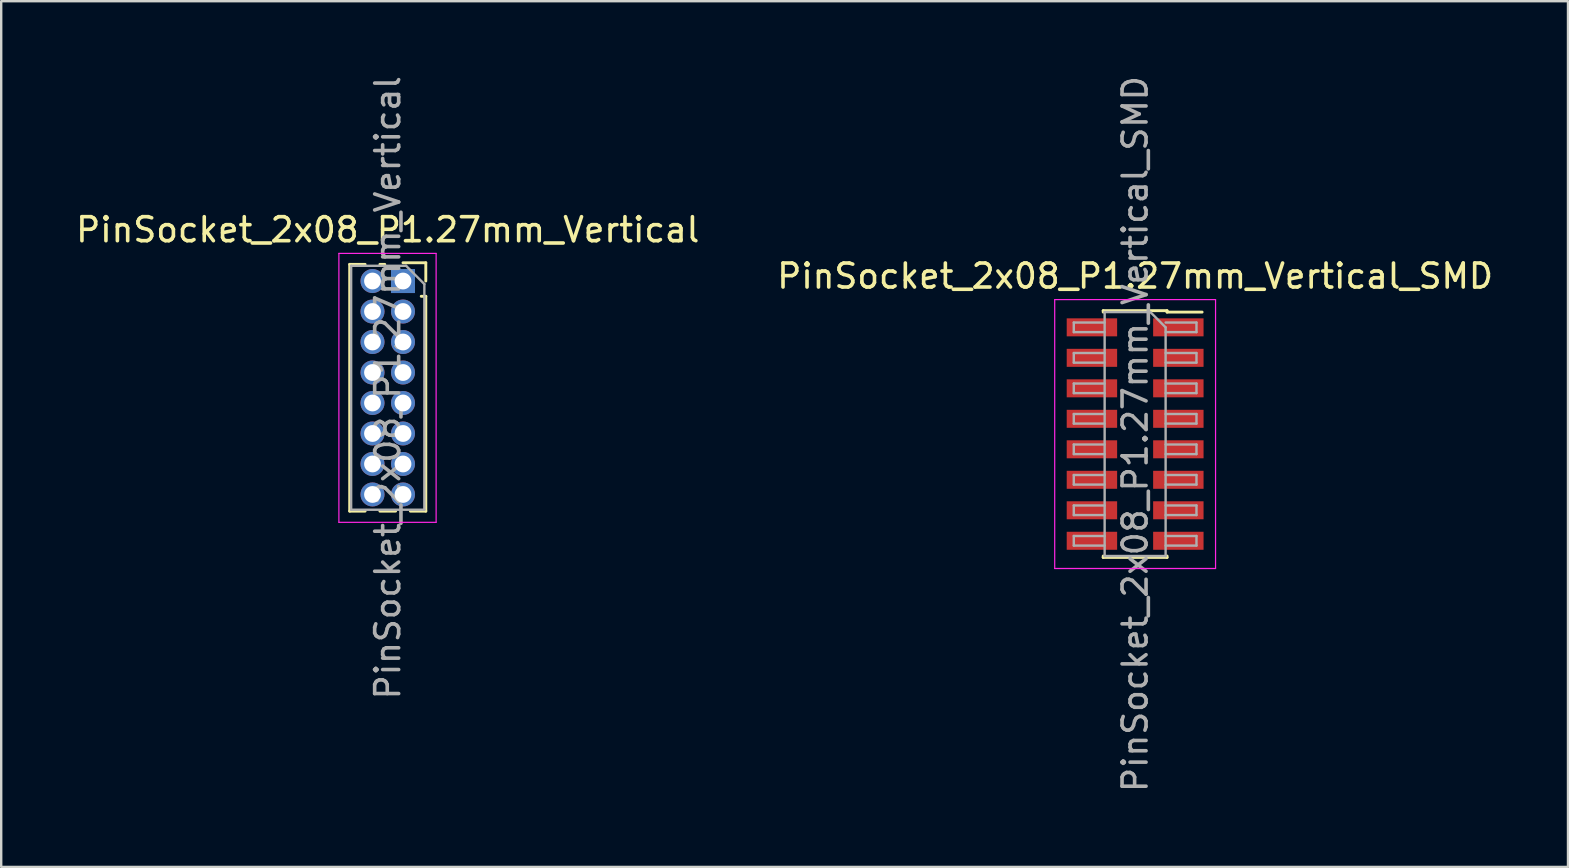
<source format=kicad_pcb>
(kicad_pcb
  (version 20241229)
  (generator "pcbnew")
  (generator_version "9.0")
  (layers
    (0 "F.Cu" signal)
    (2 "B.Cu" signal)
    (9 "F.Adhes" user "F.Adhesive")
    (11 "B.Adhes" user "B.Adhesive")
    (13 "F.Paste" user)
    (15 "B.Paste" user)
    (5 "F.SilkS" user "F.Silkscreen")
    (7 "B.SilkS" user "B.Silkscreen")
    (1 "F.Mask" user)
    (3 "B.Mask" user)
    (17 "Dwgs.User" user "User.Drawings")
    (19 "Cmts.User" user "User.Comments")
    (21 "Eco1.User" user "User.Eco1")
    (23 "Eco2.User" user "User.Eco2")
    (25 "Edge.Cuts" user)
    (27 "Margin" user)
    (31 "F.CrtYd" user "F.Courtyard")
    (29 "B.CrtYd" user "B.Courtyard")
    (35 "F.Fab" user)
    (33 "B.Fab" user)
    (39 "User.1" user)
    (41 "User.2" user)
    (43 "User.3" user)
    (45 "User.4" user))
  (footprint "PinSocket_2x08_P1.27mm_Vertical_SMD"
    (layer "F.Cu")
    (at 44.232 15.03)
    (property "Reference" "PinSocket_2x08_P1.27mm_Vertical_SMD" (at 0 -6.58 0) (layer "F.SilkS") (effects (font (size 1 1) (thickness 0.15))))
    (attr smd)
    (fp_line (start -1.33 -5.14) (end -1.33 -5.08) (stroke (width 0.12) (type solid)) (layer "F.SilkS"))
    (fp_line (start -1.33 -5.14) (end 1.33 -5.14) (stroke (width 0.12) (type solid)) (layer "F.SilkS"))
    (fp_line (start -1.33 5.08) (end -1.33 5.14) (stroke (width 0.12) (type solid)) (layer "F.SilkS"))
    (fp_line (start -1.33 5.14) (end 1.33 5.14) (stroke (width 0.12) (type solid)) (layer "F.SilkS"))
    (fp_line (start 1.33 -5.14) (end 1.33 -5.08) (stroke (width 0.12) (type solid)) (layer "F.SilkS"))
    (fp_line (start 1.33 -5.08) (end 2.79 -5.08) (stroke (width 0.12) (type solid)) (layer "F.SilkS"))
    (fp_line (start 1.33 5.08) (end 1.33 5.14) (stroke (width 0.12) (type solid)) (layer "F.SilkS"))
    (fp_line (start -3.35 -5.6) (end 3.35 -5.6) (stroke (width 0.05) (type solid)) (layer "F.CrtYd"))
    (fp_line (start -3.35 5.6) (end -3.35 -5.6) (stroke (width 0.05) (type solid)) (layer "F.CrtYd"))
    (fp_line (start 3.35 -5.6) (end 3.35 5.6) (stroke (width 0.05) (type solid)) (layer "F.CrtYd"))
    (fp_line (start 3.35 5.6) (end -3.35 5.6) (stroke (width 0.05) (type solid)) (layer "F.CrtYd"))
    (fp_line (start -2.555 -4.645) (end -1.27 -4.645) (stroke (width 0.1) (type solid)) (layer "F.Fab"))
    (fp_line (start -2.555 -4.245) (end -2.555 -4.645) (stroke (width 0.1) (type solid)) (layer "F.Fab"))
    (fp_line (start -2.555 -3.375) (end -1.27 -3.375) (stroke (width 0.1) (type solid)) (layer "F.Fab"))
    (fp_line (start -2.555 -2.975) (end -2.555 -3.375) (stroke (width 0.1) (type solid)) (layer "F.Fab"))
    (fp_line (start -2.555 -2.105) (end -1.27 -2.105) (stroke (width 0.1) (type solid)) (layer "F.Fab"))
    (fp_line (start -2.555 -1.705) (end -2.555 -2.105) (stroke (width 0.1) (type solid)) (layer "F.Fab"))
    (fp_line (start -2.555 -0.835) (end -1.27 -0.835) (stroke (width 0.1) (type solid)) (layer "F.Fab"))
    (fp_line (start -2.555 -0.435) (end -2.555 -0.835) (stroke (width 0.1) (type solid)) (layer "F.Fab"))
    (fp_line (start -2.555 0.435) (end -1.27 0.435) (stroke (width 0.1) (type solid)) (layer "F.Fab"))
    (fp_line (start -2.555 0.835) (end -2.555 0.435) (stroke (width 0.1) (type solid)) (layer "F.Fab"))
    (fp_line (start -2.555 1.705) (end -1.27 1.705) (stroke (width 0.1) (type solid)) (layer "F.Fab"))
    (fp_line (start -2.555 2.105) (end -2.555 1.705) (stroke (width 0.1) (type solid)) (layer "F.Fab"))
    (fp_line (start -2.555 2.975) (end -1.27 2.975) (stroke (width 0.1) (type solid)) (layer "F.Fab"))
    (fp_line (start -2.555 3.375) (end -2.555 2.975) (stroke (width 0.1) (type solid)) (layer "F.Fab"))
    (fp_line (start -2.555 4.245) (end -1.27 4.245) (stroke (width 0.1) (type solid)) (layer "F.Fab"))
    (fp_line (start -2.555 4.645) (end -2.555 4.245) (stroke (width 0.1) (type solid)) (layer "F.Fab"))
    (fp_line (start -1.27 -5.08) (end 0.635 -5.08) (stroke (width 0.1) (type solid)) (layer "F.Fab"))
    (fp_line (start -1.27 -4.245) (end -2.555 -4.245) (stroke (width 0.1) (type solid)) (layer "F.Fab"))
    (fp_line (start -1.27 -2.975) (end -2.555 -2.975) (stroke (width 0.1) (type solid)) (layer "F.Fab"))
    (fp_line (start -1.27 -1.705) (end -2.555 -1.705) (stroke (width 0.1) (type solid)) (layer "F.Fab"))
    (fp_line (start -1.27 -0.435) (end -2.555 -0.435) (stroke (width 0.1) (type solid)) (layer "F.Fab"))
    (fp_line (start -1.27 0.835) (end -2.555 0.835) (stroke (width 0.1) (type solid)) (layer "F.Fab"))
    (fp_line (start -1.27 2.105) (end -2.555 2.105) (stroke (width 0.1) (type solid)) (layer "F.Fab"))
    (fp_line (start -1.27 3.375) (end -2.555 3.375) (stroke (width 0.1) (type solid)) (layer "F.Fab"))
    (fp_line (start -1.27 4.645) (end -2.555 4.645) (stroke (width 0.1) (type solid)) (layer "F.Fab"))
    (fp_line (start -1.27 5.08) (end -1.27 -5.08) (stroke (width 0.1) (type solid)) (layer "F.Fab"))
    (fp_line (start 0.635 -5.08) (end 1.27 -4.445) (stroke (width 0.1) (type solid)) (layer "F.Fab"))
    (fp_line (start 1.27 -4.645) (end 2.555 -4.645) (stroke (width 0.1) (type solid)) (layer "F.Fab"))
    (fp_line (start 1.27 -4.445) (end 1.27 5.08) (stroke (width 0.1) (type solid)) (layer "F.Fab"))
    (fp_line (start 1.27 -3.375) (end 2.555 -3.375) (stroke (width 0.1) (type solid)) (layer "F.Fab"))
    (fp_line (start 1.27 -2.105) (end 2.555 -2.105) (stroke (width 0.1) (type solid)) (layer "F.Fab"))
    (fp_line (start 1.27 -0.835) (end 2.555 -0.835) (stroke (width 0.1) (type solid)) (layer "F.Fab"))
    (fp_line (start 1.27 0.435) (end 2.555 0.435) (stroke (width 0.1) (type solid)) (layer "F.Fab"))
    (fp_line (start 1.27 1.705) (end 2.555 1.705) (stroke (width 0.1) (type solid)) (layer "F.Fab"))
    (fp_line (start 1.27 2.975) (end 2.555 2.975) (stroke (width 0.1) (type solid)) (layer "F.Fab"))
    (fp_line (start 1.27 4.245) (end 2.555 4.245) (stroke (width 0.1) (type solid)) (layer "F.Fab"))
    (fp_line (start 1.27 5.08) (end -1.27 5.08) (stroke (width 0.1) (type solid)) (layer "F.Fab"))
    (fp_line (start 2.555 -4.645) (end 2.555 -4.245) (stroke (width 0.1) (type solid)) (layer "F.Fab"))
    (fp_line (start 2.555 -4.245) (end 1.27 -4.245) (stroke (width 0.1) (type solid)) (layer "F.Fab"))
    (fp_line (start 2.555 -3.375) (end 2.555 -2.975) (stroke (width 0.1) (type solid)) (layer "F.Fab"))
    (fp_line (start 2.555 -2.975) (end 1.27 -2.975) (stroke (width 0.1) (type solid)) (layer "F.Fab"))
    (fp_line (start 2.555 -2.105) (end 2.555 -1.705) (stroke (width 0.1) (type solid)) (layer "F.Fab"))
    (fp_line (start 2.555 -1.705) (end 1.27 -1.705) (stroke (width 0.1) (type solid)) (layer "F.Fab"))
    (fp_line (start 2.555 -0.835) (end 2.555 -0.435) (stroke (width 0.1) (type solid)) (layer "F.Fab"))
    (fp_line (start 2.555 -0.435) (end 1.27 -0.435) (stroke (width 0.1) (type solid)) (layer "F.Fab"))
    (fp_line (start 2.555 0.435) (end 2.555 0.835) (stroke (width 0.1) (type solid)) (layer "F.Fab"))
    (fp_line (start 2.555 0.835) (end 1.27 0.835) (stroke (width 0.1) (type solid)) (layer "F.Fab"))
    (fp_line (start 2.555 1.705) (end 2.555 2.105) (stroke (width 0.1) (type solid)) (layer "F.Fab"))
    (fp_line (start 2.555 2.105) (end 1.27 2.105) (stroke (width 0.1) (type solid)) (layer "F.Fab"))
    (fp_line (start 2.555 2.975) (end 2.555 3.375) (stroke (width 0.1) (type solid)) (layer "F.Fab"))
    (fp_line (start 2.555 3.375) (end 1.27 3.375) (stroke (width 0.1) (type solid)) (layer "F.Fab"))
    (fp_line (start 2.555 4.245) (end 2.555 4.645) (stroke (width 0.1) (type solid)) (layer "F.Fab"))
    (fp_line (start 2.555 4.645) (end 1.27 4.645) (stroke (width 0.1) (type solid)) (layer "F.Fab"))
    (fp_text user "${REFERENCE}" (at 0 0 90) (layer "F.Fab") (effects (font (size 1 1) (thickness 0.15))))
    (pad "1" smd rect (at 1.8 -4.445) (size 2.1 0.75) (layers "F.Cu" "F.Mask" "F.Paste"))
    (pad "2" smd rect (at -1.8 -4.445) (size 2.1 0.75) (layers "F.Cu" "F.Mask" "F.Paste"))
    (pad "3" smd rect (at 1.8 -3.175) (size 2.1 0.75) (layers "F.Cu" "F.Mask" "F.Paste"))
    (pad "4" smd rect (at -1.8 -3.175) (size 2.1 0.75) (layers "F.Cu" "F.Mask" "F.Paste"))
    (pad "5" smd rect (at 1.8 -1.905) (size 2.1 0.75) (layers "F.Cu" "F.Mask" "F.Paste"))
    (pad "6" smd rect (at -1.8 -1.905) (size 2.1 0.75) (layers "F.Cu" "F.Mask" "F.Paste"))
    (pad "7" smd rect (at 1.8 -0.635) (size 2.1 0.75) (layers "F.Cu" "F.Mask" "F.Paste"))
    (pad "8" smd rect (at -1.8 -0.635) (size 2.1 0.75) (layers "F.Cu" "F.Mask" "F.Paste"))
    (pad "9" smd rect (at 1.8 0.635) (size 2.1 0.75) (layers "F.Cu" "F.Mask" "F.Paste"))
    (pad "10" smd rect (at -1.8 0.635) (size 2.1 0.75) (layers "F.Cu" "F.Mask" "F.Paste"))
    (pad "11" smd rect (at 1.8 1.905) (size 2.1 0.75) (layers "F.Cu" "F.Mask" "F.Paste"))
    (pad "12" smd rect (at -1.8 1.905) (size 2.1 0.75) (layers "F.Cu" "F.Mask" "F.Paste"))
    (pad "13" smd rect (at 1.8 3.175) (size 2.1 0.75) (layers "F.Cu" "F.Mask" "F.Paste"))
    (pad "14" smd rect (at -1.8 3.175) (size 2.1 0.75) (layers "F.Cu" "F.Mask" "F.Paste"))
    (pad "15" smd rect (at 1.8 4.445) (size 2.1 0.75) (layers "F.Cu" "F.Mask" "F.Paste"))
    (pad "16" smd rect (at -1.8 4.445) (size 2.1 0.75) (layers "F.Cu" "F.Mask" "F.Paste")))
  (footprint "PinSocket_2x08_P1.27mm_Vertical"
    (layer "F.Cu")
    (at 13.736 8.656)
    (property "Reference" "PinSocket_2x08_P1.27mm_Vertical" (at -0.635 -2.135 0) (layer "F.SilkS") (effects (font (size 1 1) (thickness 0.15))))
    (attr through_hole)
    (fp_line (start -2.22 -0.695) (end -2.22 9.585) (stroke (width 0.12) (type solid)) (layer "F.SilkS"))
    (fp_line (start -2.22 -0.695) (end -1.578 -0.695) (stroke (width 0.12) (type solid)) (layer "F.SilkS"))
    (fp_line (start -2.22 9.585) (end -1.578 9.585) (stroke (width 0.12) (type solid)) (layer "F.SilkS"))
    (fp_line (start -0.962 -0.695) (end -0.76 -0.695) (stroke (width 0.12) (type solid)) (layer "F.SilkS"))
    (fp_line (start -0.962 9.585) (end -0.308 9.585) (stroke (width 0.12) (type solid)) (layer "F.SilkS"))
    (fp_line (start 0 -0.76) (end 0.95 -0.76) (stroke (width 0.12) (type solid)) (layer "F.SilkS"))
    (fp_line (start 0.308 9.585) (end 0.95 9.585) (stroke (width 0.12) (type solid)) (layer "F.SilkS"))
    (fp_line (start 0.76 0.635) (end 0.95 0.635) (stroke (width 0.12) (type solid)) (layer "F.SilkS"))
    (fp_line (start 0.95 -0.76) (end 0.95 0) (stroke (width 0.12) (type solid)) (layer "F.SilkS"))
    (fp_line (start 0.95 0.635) (end 0.95 9.585) (stroke (width 0.12) (type solid)) (layer "F.SilkS"))
    (fp_line (start -2.67 -1.15) (end 1.38 -1.15) (stroke (width 0.05) (type solid)) (layer "F.CrtYd"))
    (fp_line (start -2.67 10.05) (end -2.67 -1.15) (stroke (width 0.05) (type solid)) (layer "F.CrtYd"))
    (fp_line (start 1.38 -1.15) (end 1.38 10.05) (stroke (width 0.05) (type solid)) (layer "F.CrtYd"))
    (fp_line (start 1.38 10.05) (end -2.67 10.05) (stroke (width 0.05) (type solid)) (layer "F.CrtYd"))
    (fp_line (start -2.16 -0.635) (end 0.128 -0.635) (stroke (width 0.1) (type solid)) (layer "F.Fab"))
    (fp_line (start -2.16 9.525) (end -2.16 -0.635) (stroke (width 0.1) (type solid)) (layer "F.Fab"))
    (fp_line (start 0.128 -0.635) (end 0.89 0.128) (stroke (width 0.1) (type solid)) (layer "F.Fab"))
    (fp_line (start 0.89 0.128) (end 0.89 9.525) (stroke (width 0.1) (type solid)) (layer "F.Fab"))
    (fp_line (start 0.89 9.525) (end -2.16 9.525) (stroke (width 0.1) (type solid)) (layer "F.Fab"))
    (fp_text user "${REFERENCE}" (at -0.635 4.445 90) (layer "F.Fab") (effects (font (size 1 1) (thickness 0.15))))
    (pad "1" thru_hole rect (at 0 0) (size 1 1) (drill 0.7) (layers "*.Cu" "*.Mask"))
    (pad "2" thru_hole circle (at -1.27 0) (size 1 1) (drill 0.7) (layers "*.Cu" "*.Mask"))
    (pad "3" thru_hole circle (at 0 1.27) (size 1 1) (drill 0.7) (layers "*.Cu" "*.Mask"))
    (pad "4" thru_hole circle (at -1.27 1.27) (size 1 1) (drill 0.7) (layers "*.Cu" "*.Mask"))
    (pad "5" thru_hole circle (at 0 2.54) (size 1 1) (drill 0.7) (layers "*.Cu" "*.Mask"))
    (pad "6" thru_hole circle (at -1.27 2.54) (size 1 1) (drill 0.7) (layers "*.Cu" "*.Mask"))
    (pad "7" thru_hole circle (at 0 3.81) (size 1 1) (drill 0.7) (layers "*.Cu" "*.Mask"))
    (pad "8" thru_hole circle (at -1.27 3.81) (size 1 1) (drill 0.7) (layers "*.Cu" "*.Mask"))
    (pad "9" thru_hole circle (at 0 5.08) (size 1 1) (drill 0.7) (layers "*.Cu" "*.Mask"))
    (pad "10" thru_hole circle (at -1.27 5.08) (size 1 1) (drill 0.7) (layers "*.Cu" "*.Mask"))
    (pad "11" thru_hole circle (at 0 6.35) (size 1 1) (drill 0.7) (layers "*.Cu" "*.Mask"))
    (pad "12" thru_hole circle (at -1.27 6.35) (size 1 1) (drill 0.7) (layers "*.Cu" "*.Mask"))
    (pad "13" thru_hole circle (at 0 7.62) (size 1 1) (drill 0.7) (layers "*.Cu" "*.Mask"))
    (pad "14" thru_hole circle (at -1.27 7.62) (size 1 1) (drill 0.7) (layers "*.Cu" "*.Mask"))
    (pad "15" thru_hole circle (at 0 8.89) (size 1 1) (drill 0.7) (layers "*.Cu" "*.Mask"))
    (pad "16" thru_hole circle (at -1.27 8.89) (size 1 1) (drill 0.7) (layers "*.Cu" "*.Mask")))
  (gr_rect
    (start -3 -3)
    (end 62.262 33.06)
    (stroke (width 0.1) (type default))
    (fill no)
    (layer "Edge.Cuts")))
</source>
